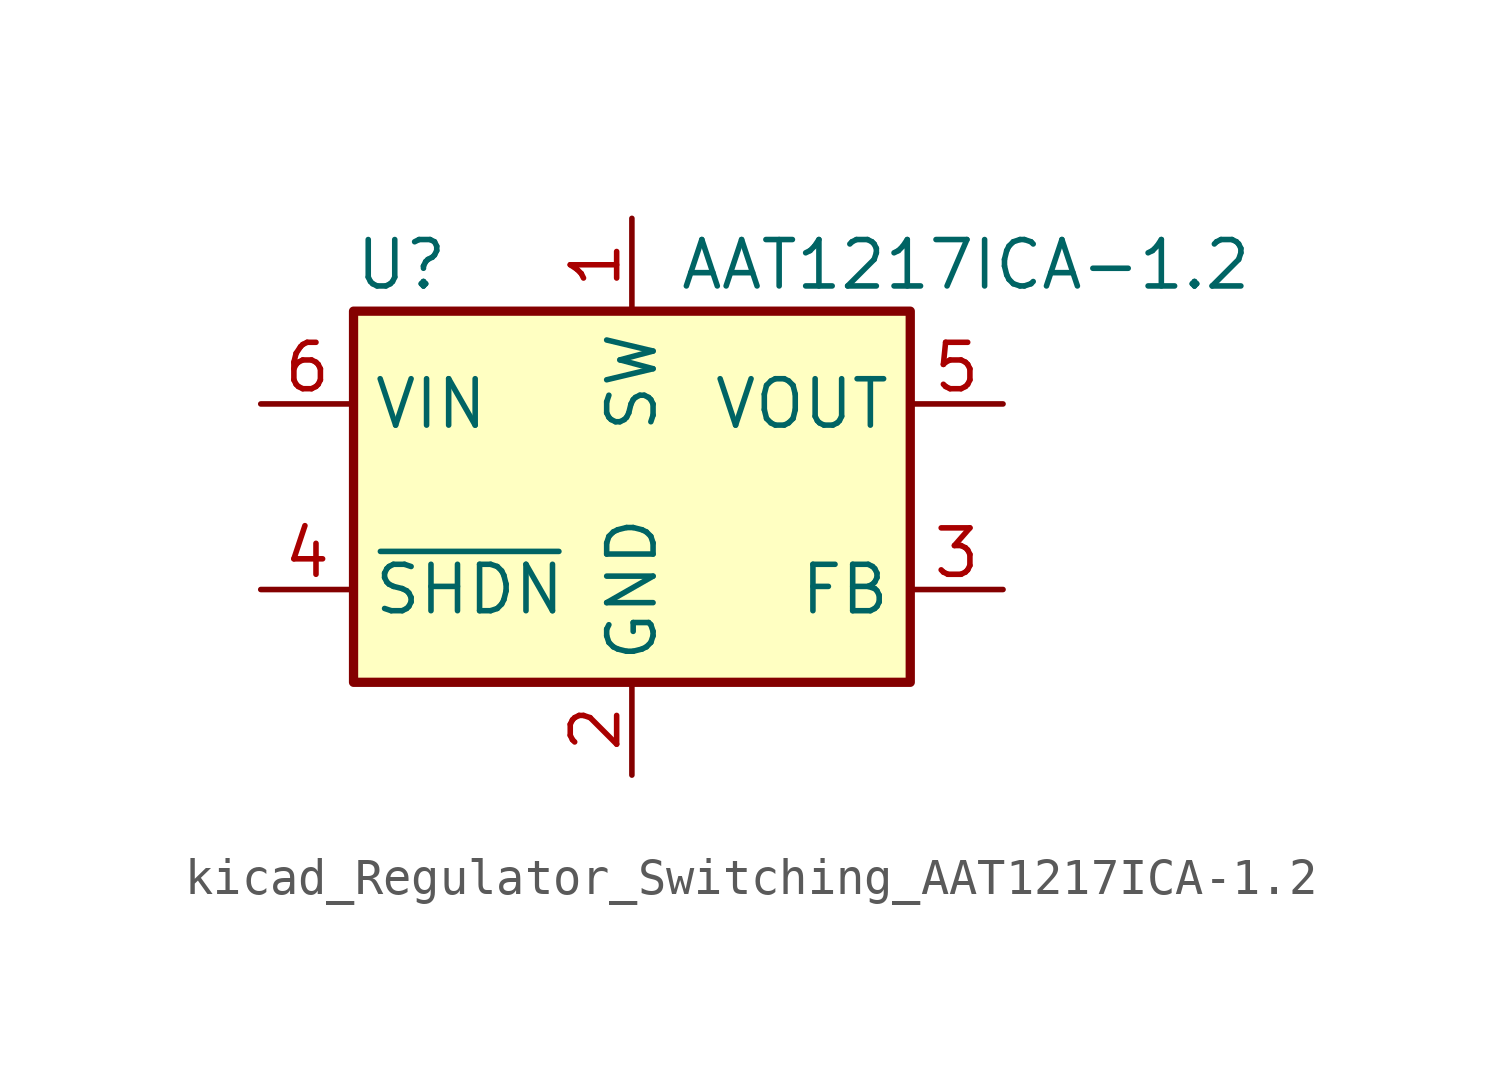
<source format=kicad_sym>
(kicad_symbol_lib
  (version 20220914)
  (generator kicad_symbol_editor)
  (symbol "kicad_Regulator_Switching_AAT1217ICA-1.2"
    (property "Reference" "U"
      (at -7.62 6.35 0)
      (effects (font (size 1.27 1.27)) (justify left)))
    (property "Value" "AAT1217ICA-1.2"
      (at 1.27 6.35 0)
      (effects (font (size 1.27 1.27)) (justify left)))
    (symbol "kicad_Regulator_Switching_AAT1217ICA-1.2_0_1"
      (rectangle (start -7.62 5.08) (end 7.62 -5.08) (stroke (width 0.254) (type default)) (fill (type background))))
    (symbol "kicad_Regulator_Switching_AAT1217ICA-1.2_1_1"
      (pin passive line (at 0 7.62 270) (length 2.54) (name "SW" (effects (font (size 1.27 1.27)))) (number "1" (effects (font (size 1.27 1.27)))))
      (pin power_in line (at 0 -7.62 90) (length 2.54) (name "GND" (effects (font (size 1.27 1.27)))) (number "2" (effects (font (size 1.27 1.27)))))
      (pin passive line (at 10.16 -2.54 180) (length 2.54) (name "FB" (effects (font (size 1.27 1.27)))) (number "3" (effects (font (size 1.27 1.27)))))
      (pin input line (at -10.16 -2.54 0) (length 2.54) (name "~{SHDN}" (effects (font (size 1.27 1.27)))) (number "4" (effects (font (size 1.27 1.27)))))
      (pin power_out line (at 10.16 2.54 180) (length 2.54) (name "VOUT" (effects (font (size 1.27 1.27)))) (number "5" (effects (font (size 1.27 1.27)))))
      (pin power_in line (at -10.16 2.54 0) (length 2.54) (name "VIN" (effects (font (size 1.27 1.27)))) (number "6" (effects (font (size 1.27 1.27))))))))
</source>
